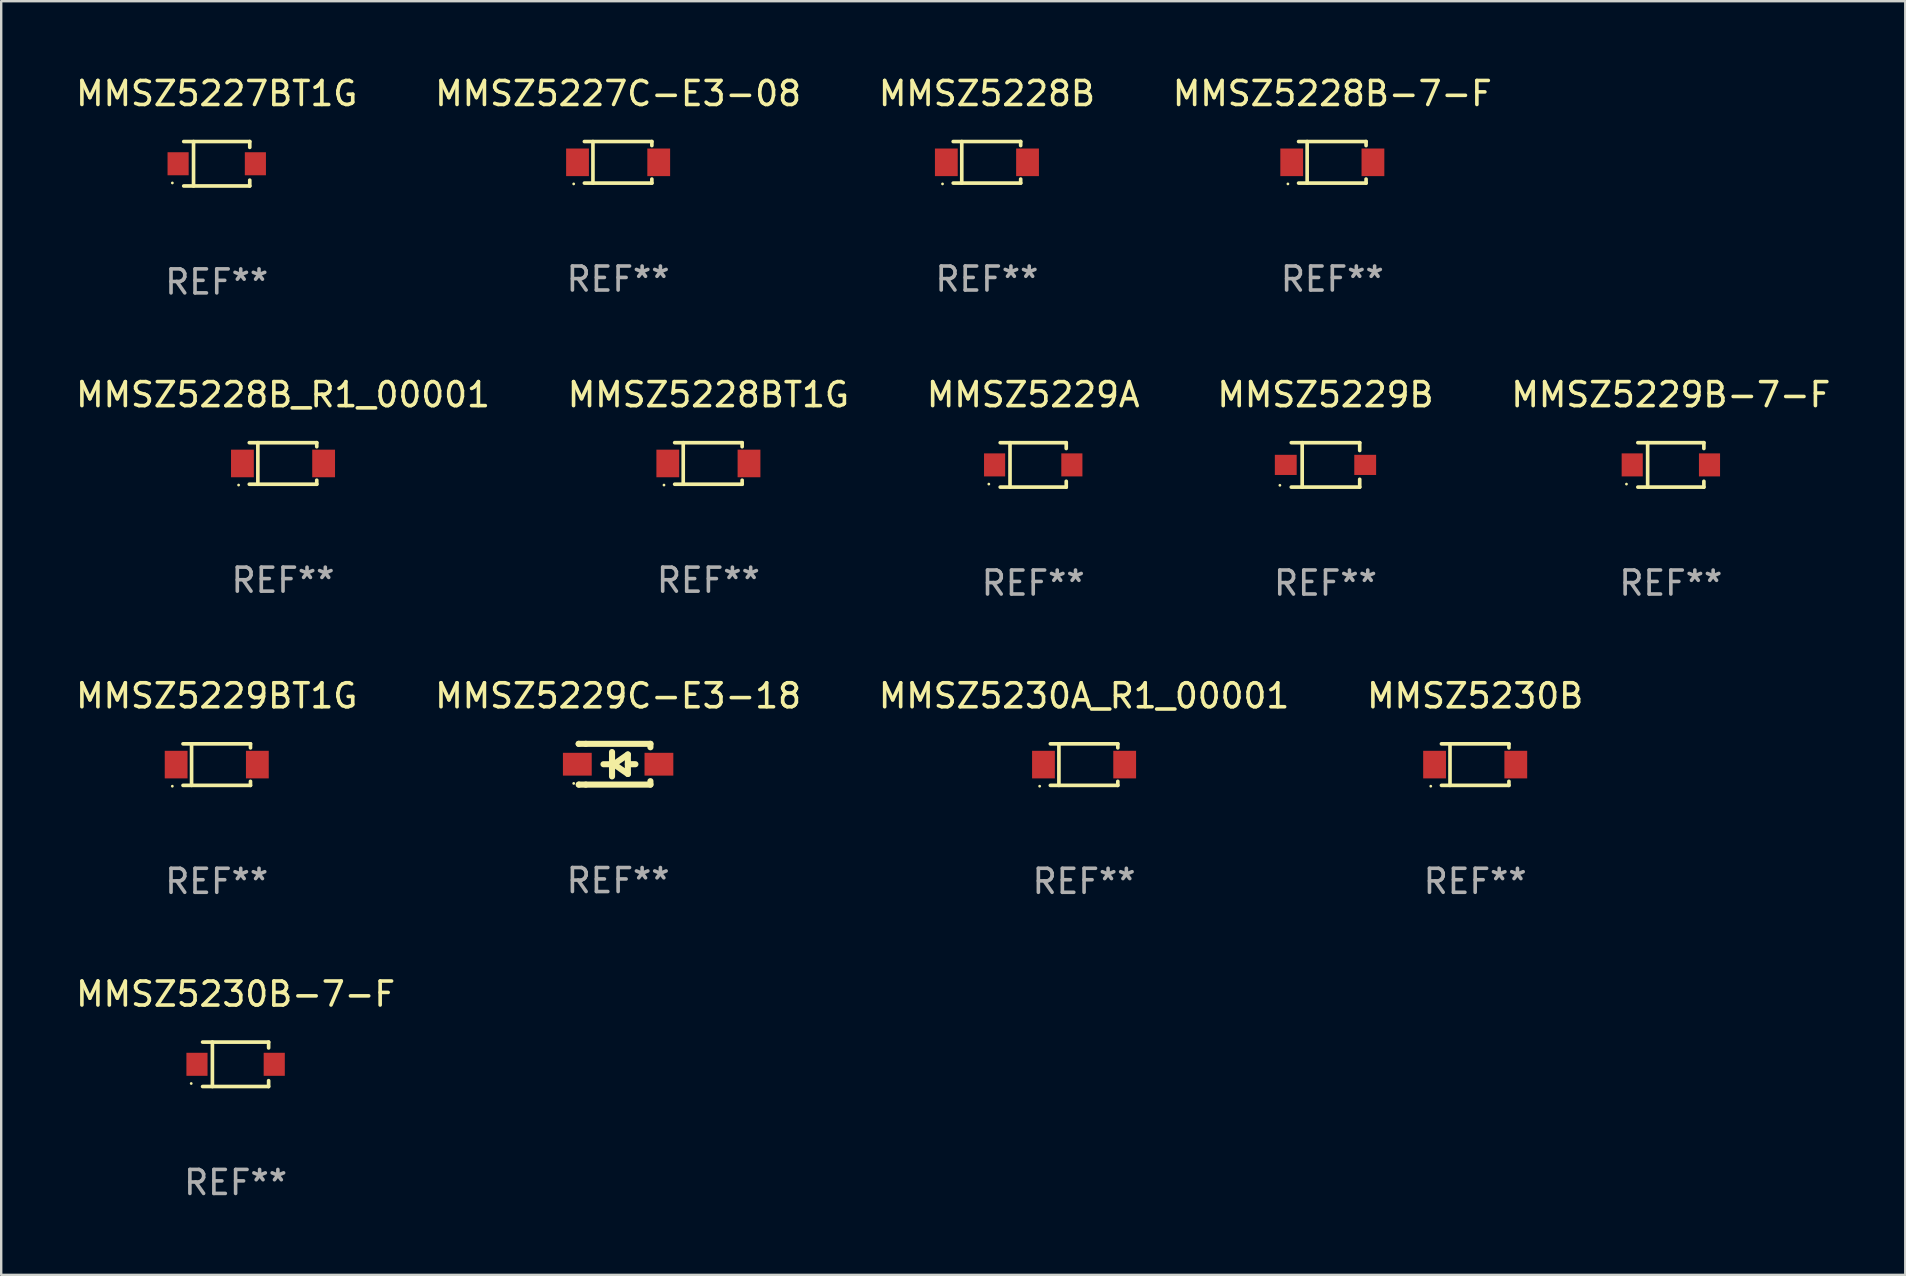
<source format=kicad_pcb>
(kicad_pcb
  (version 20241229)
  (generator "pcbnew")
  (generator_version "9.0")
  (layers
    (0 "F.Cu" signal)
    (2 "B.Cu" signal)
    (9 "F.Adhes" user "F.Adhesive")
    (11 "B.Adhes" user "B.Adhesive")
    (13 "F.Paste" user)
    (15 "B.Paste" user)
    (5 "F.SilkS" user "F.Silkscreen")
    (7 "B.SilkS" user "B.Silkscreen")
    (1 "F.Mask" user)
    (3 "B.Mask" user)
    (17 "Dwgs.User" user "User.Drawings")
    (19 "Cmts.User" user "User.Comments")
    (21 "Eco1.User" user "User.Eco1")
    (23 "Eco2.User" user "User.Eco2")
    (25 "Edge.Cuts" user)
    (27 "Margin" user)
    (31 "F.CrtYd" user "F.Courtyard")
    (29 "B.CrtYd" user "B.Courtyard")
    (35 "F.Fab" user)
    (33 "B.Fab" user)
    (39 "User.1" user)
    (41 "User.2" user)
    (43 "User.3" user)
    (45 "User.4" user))
  (footprint "MMSZ5228BT1G"
    (layer "F.Cu")
    (at 26.47 16.263)
    (property "Reference" "MMSZ5228BT1G" (at 0 -2.866 0) (layer "F.SilkS") (effects (font (size 1 1) (thickness 0.15))))
    (attr through_hole)
    (fp_line (start -1.406 -0.866) (end 1.406 -0.866) (stroke (width 0.152) (type solid)) (layer "F.SilkS"))
    (fp_line (start -1.406 0.866) (end 1.406 0.866) (stroke (width 0.152) (type solid)) (layer "F.SilkS"))
    (fp_line (start -1.049 -0.866) (end -1.049 0.866) (stroke (width 0.152) (type solid)) (layer "F.SilkS"))
    (fp_line (start 1.406 -0.866) (end 1.406 -0.698) (stroke (width 0.152) (type solid)) (layer "F.SilkS"))
    (fp_line (start 1.406 0.866) (end 1.406 0.698) (stroke (width 0.152) (type solid)) (layer "F.SilkS"))
    (fp_circle (center -1.851 0.9) (end -1.821 0.9) (stroke (width 0.06) (type solid)) (fill no) (layer "F.SilkS"))
    (fp_text user "REF**" (at 0 4.866 0) (layer "F.Fab") (effects (font (size 1 1) (thickness 0.15))))
    (pad "1" smd rect (at -1.692 0) (size 0.95 1.15) (layers "F.Cu" "F.Mask" "F.Paste"))
    (pad "2" smd rect (at 1.692 0) (size 0.95 1.15) (layers "F.Cu" "F.Mask" "F.Paste")))
  (footprint "MMSZ5229A"
    (layer "F.Cu")
    (at 40.006 16.323)
    (property "Reference" "MMSZ5229A" (at 0 -2.926 0) (layer "F.SilkS") (effects (font (size 1 1) (thickness 0.15))))
    (attr through_hole)
    (fp_line (start -1.376 -0.926) (end 1.376 -0.926) (stroke (width 0.152) (type solid)) (layer "F.SilkS"))
    (fp_line (start -1.376 0.926) (end 1.376 0.926) (stroke (width 0.152) (type solid)) (layer "F.SilkS"))
    (fp_line (start -0.967 -0.926) (end -0.967 0.926) (stroke (width 0.152) (type solid)) (layer "F.SilkS"))
    (fp_line (start 1.376 -0.926) (end 1.376 -0.683) (stroke (width 0.152) (type solid)) (layer "F.SilkS"))
    (fp_line (start 1.376 0.926) (end 1.376 0.683) (stroke (width 0.152) (type solid)) (layer "F.SilkS"))
    (fp_circle (center -1.85 0.8) (end -1.82 0.8) (stroke (width 0.06) (type solid)) (fill no) (layer "F.SilkS"))
    (fp_text user "REF**" (at 0 4.926 0) (layer "F.Fab") (effects (font (size 1 1) (thickness 0.15))))
    (pad "1" smd rect (at -1.61 0) (size 0.88 0.96) (layers "F.Cu" "F.Mask" "F.Paste"))
    (pad "2" smd rect (at 1.61 0) (size 0.88 0.96) (layers "F.Cu" "F.Mask" "F.Paste")))
  (footprint "MMSZ5227C-E3-08"
    (layer "F.Cu")
    (at 22.708 3.714)
    (property "Reference" "MMSZ5227C-E3-08" (at 0 -2.866 0) (layer "F.SilkS") (effects (font (size 1 1) (thickness 0.15))))
    (attr through_hole)
    (fp_line (start -1.406 -0.866) (end 1.406 -0.866) (stroke (width 0.152) (type solid)) (layer "F.SilkS"))
    (fp_line (start -1.406 0.866) (end 1.406 0.866) (stroke (width 0.152) (type solid)) (layer "F.SilkS"))
    (fp_line (start -1.049 -0.866) (end -1.049 0.866) (stroke (width 0.152) (type solid)) (layer "F.SilkS"))
    (fp_line (start 1.406 -0.866) (end 1.406 -0.698) (stroke (width 0.152) (type solid)) (layer "F.SilkS"))
    (fp_line (start 1.406 0.866) (end 1.406 0.698) (stroke (width 0.152) (type solid)) (layer "F.SilkS"))
    (fp_circle (center -1.851 0.9) (end -1.821 0.9) (stroke (width 0.06) (type solid)) (fill no) (layer "F.SilkS"))
    (fp_text user "REF**" (at 0 4.866 0) (layer "F.Fab") (effects (font (size 1 1) (thickness 0.15))))
    (pad "1" smd rect (at -1.692 0) (size 0.95 1.15) (layers "F.Cu" "F.Mask" "F.Paste"))
    (pad "2" smd rect (at 1.692 0) (size 0.95 1.15) (layers "F.Cu" "F.Mask" "F.Paste")))
  (footprint "MMSZ5230B"
    (layer "F.Cu")
    (at 58.423 28.812)
    (property "Reference" "MMSZ5230B" (at 0 -2.866 0) (layer "F.SilkS") (effects (font (size 1 1) (thickness 0.15))))
    (attr through_hole)
    (fp_line (start -1.406 -0.866) (end 1.406 -0.866) (stroke (width 0.152) (type solid)) (layer "F.SilkS"))
    (fp_line (start -1.406 0.866) (end 1.406 0.866) (stroke (width 0.152) (type solid)) (layer "F.SilkS"))
    (fp_line (start -1.049 -0.866) (end -1.049 0.866) (stroke (width 0.152) (type solid)) (layer "F.SilkS"))
    (fp_line (start 1.406 -0.866) (end 1.406 -0.698) (stroke (width 0.152) (type solid)) (layer "F.SilkS"))
    (fp_line (start 1.406 0.866) (end 1.406 0.698) (stroke (width 0.152) (type solid)) (layer "F.SilkS"))
    (fp_circle (center -1.851 0.9) (end -1.821 0.9) (stroke (width 0.06) (type solid)) (fill no) (layer "F.SilkS"))
    (fp_text user "REF**" (at 0 4.866 0) (layer "F.Fab") (effects (font (size 1 1) (thickness 0.15))))
    (pad "1" smd rect (at -1.692 0) (size 0.95 1.15) (layers "F.Cu" "F.Mask" "F.Paste"))
    (pad "2" smd rect (at 1.692 0) (size 0.95 1.15) (layers "F.Cu" "F.Mask" "F.Paste")))
  (footprint "MMSZ5229C-E3-18"
    (layer "F.Cu")
    (at 22.708 28.796)
    (property "Reference" "MMSZ5229C-E3-18" (at 0 -2.85 0) (layer "F.SilkS") (effects (font (size 1 1) (thickness 0.15))))
    (attr through_hole)
    (fp_line (start -1.643 -0.85) (end -1.644 -0.849) (stroke (width 0.254) (type solid)) (layer "F.SilkS"))
    (fp_line (start -1.638 0.85) (end -1.639 0.849) (stroke (width 0.254) (type solid)) (layer "F.SilkS"))
    (fp_line (start -1.346 -0.85) (end -1.643 -0.85) (stroke (width 0.254) (type solid)) (layer "F.SilkS"))
    (fp_line (start -1.346 -0.85) (end 1.346 -0.85) (stroke (width 0.254) (type solid)) (layer "F.SilkS"))
    (fp_line (start -1.346 0.85) (end -1.638 0.85) (stroke (width 0.254) (type solid)) (layer "F.SilkS"))
    (fp_line (start -0.28 0) (end -0.61 0) (stroke (width 0.254) (type solid)) (layer "F.SilkS"))
    (fp_line (start -0.254 -0.508) (end -0.254 0.508) (stroke (width 0.254) (type solid)) (layer "F.SilkS"))
    (fp_line (start -0.178 0) (end 0.406 -0.406) (stroke (width 0.254) (type solid)) (layer "F.SilkS"))
    (fp_line (start 0.406 -0.406) (end 0.406 0.406) (stroke (width 0.254) (type solid)) (layer "F.SilkS"))
    (fp_line (start 0.406 -0.000254) (end 0.72 -0.000254) (stroke (width 0.254) (type solid)) (layer "F.SilkS"))
    (fp_line (start 0.406 0.406) (end -0.178 0) (stroke (width 0.254) (type solid)) (layer "F.SilkS"))
    (fp_line (start 1.346 -0.85) (end 1.346 -0.706) (stroke (width 0.254) (type solid)) (layer "F.SilkS"))
    (fp_line (start 1.346 0.706) (end 1.346 0.85) (stroke (width 0.254) (type solid)) (layer "F.SilkS"))
    (fp_line (start 1.346 0.85) (end -1.346 0.85) (stroke (width 0.254) (type solid)) (layer "F.SilkS"))
    (fp_circle (center -1.85 0.8) (end -1.82 0.8) (stroke (width 0.06) (type solid)) (fill no) (layer "F.SilkS"))
    (fp_text user "REF**" (at 0 4.85 0) (layer "F.Fab") (effects (font (size 1 1) (thickness 0.15))))
    (pad "1" smd rect (at -1.7 0) (size 1.2 0.95) (layers "F.Cu" "F.Mask" "F.Paste"))
    (pad "2" smd rect (at 1.7 0) (size 1.2 0.95) (layers "F.Cu" "F.Mask" "F.Paste")))
  (footprint "MMSZ5227BT1G"
    (layer "F.Cu")
    (at 5.982 3.774)
    (property "Reference" "MMSZ5227BT1G" (at 0 -2.926 0) (layer "F.SilkS") (effects (font (size 1 1) (thickness 0.15))))
    (attr through_hole)
    (fp_line (start -1.376 -0.926) (end 1.376 -0.926) (stroke (width 0.152) (type solid)) (layer "F.SilkS"))
    (fp_line (start -1.376 0.926) (end 1.376 0.926) (stroke (width 0.152) (type solid)) (layer "F.SilkS"))
    (fp_line (start -0.967 -0.926) (end -0.967 0.926) (stroke (width 0.152) (type solid)) (layer "F.SilkS"))
    (fp_line (start 1.376 -0.926) (end 1.376 -0.683) (stroke (width 0.152) (type solid)) (layer "F.SilkS"))
    (fp_line (start 1.376 0.926) (end 1.376 0.683) (stroke (width 0.152) (type solid)) (layer "F.SilkS"))
    (fp_circle (center -1.85 0.8) (end -1.82 0.8) (stroke (width 0.06) (type solid)) (fill no) (layer "F.SilkS"))
    (fp_text user "REF**" (at 0 4.926 0) (layer "F.Fab") (effects (font (size 1 1) (thickness 0.15))))
    (pad "1" smd rect (at -1.61 0) (size 0.88 0.96) (layers "F.Cu" "F.Mask" "F.Paste"))
    (pad "2" smd rect (at 1.61 0) (size 0.88 0.96) (layers "F.Cu" "F.Mask" "F.Paste")))
  (footprint "MMSZ5230A_R1_00001"
    (layer "F.Cu")
    (at 42.125 28.812)
    (property "Reference" "MMSZ5230A_R1_00001" (at 0 -2.866 0) (layer "F.SilkS") (effects (font (size 1 1) (thickness 0.15))))
    (attr through_hole)
    (fp_line (start -1.406 -0.866) (end 1.406 -0.866) (stroke (width 0.152) (type solid)) (layer "F.SilkS"))
    (fp_line (start -1.406 0.866) (end 1.406 0.866) (stroke (width 0.152) (type solid)) (layer "F.SilkS"))
    (fp_line (start -1.049 -0.866) (end -1.049 0.866) (stroke (width 0.152) (type solid)) (layer "F.SilkS"))
    (fp_line (start 1.406 -0.866) (end 1.406 -0.698) (stroke (width 0.152) (type solid)) (layer "F.SilkS"))
    (fp_line (start 1.406 0.866) (end 1.406 0.698) (stroke (width 0.152) (type solid)) (layer "F.SilkS"))
    (fp_circle (center -1.851 0.9) (end -1.821 0.9) (stroke (width 0.06) (type solid)) (fill no) (layer "F.SilkS"))
    (fp_text user "REF**" (at 0 4.866 0) (layer "F.Fab") (effects (font (size 1 1) (thickness 0.15))))
    (pad "1" smd rect (at -1.692 0) (size 0.95 1.15) (layers "F.Cu" "F.Mask" "F.Paste"))
    (pad "2" smd rect (at 1.692 0) (size 0.95 1.15) (layers "F.Cu" "F.Mask" "F.Paste")))
  (footprint "MMSZ5228B_R1_00001"
    (layer "F.Cu")
    (at 8.744 16.263)
    (property "Reference" "MMSZ5228B_R1_00001" (at 0 -2.866 0) (layer "F.SilkS") (effects (font (size 1 1) (thickness 0.15))))
    (attr through_hole)
    (fp_line (start -1.406 -0.866) (end 1.406 -0.866) (stroke (width 0.152) (type solid)) (layer "F.SilkS"))
    (fp_line (start -1.406 0.866) (end 1.406 0.866) (stroke (width 0.152) (type solid)) (layer "F.SilkS"))
    (fp_line (start -1.049 -0.866) (end -1.049 0.866) (stroke (width 0.152) (type solid)) (layer "F.SilkS"))
    (fp_line (start 1.406 -0.866) (end 1.406 -0.698) (stroke (width 0.152) (type solid)) (layer "F.SilkS"))
    (fp_line (start 1.406 0.866) (end 1.406 0.698) (stroke (width 0.152) (type solid)) (layer "F.SilkS"))
    (fp_circle (center -1.851 0.9) (end -1.821 0.9) (stroke (width 0.06) (type solid)) (fill no) (layer "F.SilkS"))
    (fp_text user "REF**" (at 0 4.866 0) (layer "F.Fab") (effects (font (size 1 1) (thickness 0.15))))
    (pad "1" smd rect (at -1.692 0) (size 0.95 1.15) (layers "F.Cu" "F.Mask" "F.Paste"))
    (pad "2" smd rect (at 1.692 0) (size 0.95 1.15) (layers "F.Cu" "F.Mask" "F.Paste")))
  (footprint "MMSZ5230B-7-F"
    (layer "F.Cu")
    (at 6.768 41.301)
    (property "Reference" "MMSZ5230B-7-F" (at 0 -2.926 0) (layer "F.SilkS") (effects (font (size 1 1) (thickness 0.15))))
    (attr through_hole)
    (fp_line (start -1.376 -0.926) (end 1.376 -0.926) (stroke (width 0.152) (type solid)) (layer "F.SilkS"))
    (fp_line (start -1.376 0.926) (end 1.376 0.926) (stroke (width 0.152) (type solid)) (layer "F.SilkS"))
    (fp_line (start -0.967 -0.926) (end -0.967 0.926) (stroke (width 0.152) (type solid)) (layer "F.SilkS"))
    (fp_line (start 1.376 -0.926) (end 1.376 -0.683) (stroke (width 0.152) (type solid)) (layer "F.SilkS"))
    (fp_line (start 1.376 0.926) (end 1.376 0.683) (stroke (width 0.152) (type solid)) (layer "F.SilkS"))
    (fp_circle (center -1.85 0.8) (end -1.82 0.8) (stroke (width 0.06) (type solid)) (fill no) (layer "F.SilkS"))
    (fp_text user "REF**" (at 0 4.926 0) (layer "F.Fab") (effects (font (size 1 1) (thickness 0.15))))
    (pad "1" smd rect (at -1.61 0) (size 0.88 0.96) (layers "F.Cu" "F.Mask" "F.Paste"))
    (pad "2" smd rect (at 1.61 0) (size 0.88 0.96) (layers "F.Cu" "F.Mask" "F.Paste")))
  (footprint "MMSZ5229B-7-F"
    (layer "F.Cu")
    (at 66.577 16.323)
    (property "Reference" "MMSZ5229B-7-F" (at 0 -2.926 0) (layer "F.SilkS") (effects (font (size 1 1) (thickness 0.15))))
    (attr through_hole)
    (fp_line (start -1.376 -0.926) (end 1.376 -0.926) (stroke (width 0.152) (type solid)) (layer "F.SilkS"))
    (fp_line (start -1.376 0.926) (end 1.376 0.926) (stroke (width 0.152) (type solid)) (layer "F.SilkS"))
    (fp_line (start -0.967 -0.926) (end -0.967 0.926) (stroke (width 0.152) (type solid)) (layer "F.SilkS"))
    (fp_line (start 1.376 -0.926) (end 1.376 -0.683) (stroke (width 0.152) (type solid)) (layer "F.SilkS"))
    (fp_line (start 1.376 0.926) (end 1.376 0.683) (stroke (width 0.152) (type solid)) (layer "F.SilkS"))
    (fp_circle (center -1.85 0.8) (end -1.82 0.8) (stroke (width 0.06) (type solid)) (fill no) (layer "F.SilkS"))
    (fp_text user "REF**" (at 0 4.926 0) (layer "F.Fab") (effects (font (size 1 1) (thickness 0.15))))
    (pad "1" smd rect (at -1.61 0) (size 0.88 0.96) (layers "F.Cu" "F.Mask" "F.Paste"))
    (pad "2" smd rect (at 1.61 0) (size 0.88 0.96) (layers "F.Cu" "F.Mask" "F.Paste")))
  (footprint "MMSZ5229BT1G"
    (layer "F.Cu")
    (at 5.982 28.812)
    (property "Reference" "MMSZ5229BT1G" (at 0 -2.866 0) (layer "F.SilkS") (effects (font (size 1 1) (thickness 0.15))))
    (attr through_hole)
    (fp_line (start -1.406 -0.866) (end 1.406 -0.866) (stroke (width 0.152) (type solid)) (layer "F.SilkS"))
    (fp_line (start -1.406 0.866) (end 1.406 0.866) (stroke (width 0.152) (type solid)) (layer "F.SilkS"))
    (fp_line (start -1.049 -0.866) (end -1.049 0.866) (stroke (width 0.152) (type solid)) (layer "F.SilkS"))
    (fp_line (start 1.406 -0.866) (end 1.406 -0.698) (stroke (width 0.152) (type solid)) (layer "F.SilkS"))
    (fp_line (start 1.406 0.866) (end 1.406 0.698) (stroke (width 0.152) (type solid)) (layer "F.SilkS"))
    (fp_circle (center -1.851 0.9) (end -1.821 0.9) (stroke (width 0.06) (type solid)) (fill no) (layer "F.SilkS"))
    (fp_text user "REF**" (at 0 4.866 0) (layer "F.Fab") (effects (font (size 1 1) (thickness 0.15))))
    (pad "1" smd rect (at -1.692 0) (size 0.95 1.15) (layers "F.Cu" "F.Mask" "F.Paste"))
    (pad "2" smd rect (at 1.692 0) (size 0.95 1.15) (layers "F.Cu" "F.Mask" "F.Paste")))
  (footprint "MMSZ5229B"
    (layer "F.Cu")
    (at 52.185 16.323)
    (property "Reference" "MMSZ5229B" (at 0 -2.926 0) (layer "F.SilkS") (effects (font (size 1 1) (thickness 0.15))))
    (attr through_hole)
    (fp_line (start -1.426 0.926) (end 1.426 0.926) (stroke (width 0.152) (type solid)) (layer "F.SilkS"))
    (fp_line (start -1.426 -0.926) (end 1.426 -0.926) (stroke (width 0.152) (type solid)) (layer "F.SilkS"))
    (fp_line (start -0.971 0.926) (end -0.971 -0.926) (stroke (width 0.152) (type solid)) (layer "F.SilkS"))
    (fp_line (start 1.426 -0.926) (end 1.426 -0.6) (stroke (width 0.152) (type solid)) (layer "F.SilkS"))
    (fp_line (start 1.426 0.6) (end 1.426 0.926) (stroke (width 0.152) (type solid)) (layer "F.SilkS"))
    (fp_circle (center -1.9 0.85) (end -1.87 0.85) (stroke (width 0.06) (type solid)) (fill no) (layer "F.SilkS"))
    (fp_text user "REF**" (at 0 4.926 0) (layer "F.Fab") (effects (font (size 1 1) (thickness 0.15))))
    (pad "1" smd rect (at -1.655 -0.000064) (size 0.91 0.84) (layers "F.Cu" "F.Mask" "F.Paste"))
    (pad "2" smd rect (at 1.655 -0.000064) (size 0.91 0.84) (layers "F.Cu" "F.Mask" "F.Paste")))
  (footprint "MMSZ5228B"
    (layer "F.Cu")
    (at 38.077 3.714)
    (property "Reference" "MMSZ5228B" (at 0 -2.866 0) (layer "F.SilkS") (effects (font (size 1 1) (thickness 0.15))))
    (attr through_hole)
    (fp_line (start -1.406 -0.866) (end 1.406 -0.866) (stroke (width 0.152) (type solid)) (layer "F.SilkS"))
    (fp_line (start -1.406 0.866) (end 1.406 0.866) (stroke (width 0.152) (type solid)) (layer "F.SilkS"))
    (fp_line (start -1.049 -0.866) (end -1.049 0.866) (stroke (width 0.152) (type solid)) (layer "F.SilkS"))
    (fp_line (start 1.406 -0.866) (end 1.406 -0.698) (stroke (width 0.152) (type solid)) (layer "F.SilkS"))
    (fp_line (start 1.406 0.866) (end 1.406 0.698) (stroke (width 0.152) (type solid)) (layer "F.SilkS"))
    (fp_circle (center -1.851 0.9) (end -1.821 0.9) (stroke (width 0.06) (type solid)) (fill no) (layer "F.SilkS"))
    (fp_text user "REF**" (at 0 4.866 0) (layer "F.Fab") (effects (font (size 1 1) (thickness 0.15))))
    (pad "1" smd rect (at -1.692 0) (size 0.95 1.15) (layers "F.Cu" "F.Mask" "F.Paste"))
    (pad "2" smd rect (at 1.692 0) (size 0.95 1.15) (layers "F.Cu" "F.Mask" "F.Paste")))
  (footprint "MMSZ5228B-7-F"
    (layer "F.Cu")
    (at 52.47 3.714)
    (property "Reference" "MMSZ5228B-7-F" (at 0 -2.866 0) (layer "F.SilkS") (effects (font (size 1 1) (thickness 0.15))))
    (attr through_hole)
    (fp_line (start -1.406 -0.866) (end 1.406 -0.866) (stroke (width 0.152) (type solid)) (layer "F.SilkS"))
    (fp_line (start -1.406 0.866) (end 1.406 0.866) (stroke (width 0.152) (type solid)) (layer "F.SilkS"))
    (fp_line (start -1.049 -0.866) (end -1.049 0.866) (stroke (width 0.152) (type solid)) (layer "F.SilkS"))
    (fp_line (start 1.406 -0.866) (end 1.406 -0.698) (stroke (width 0.152) (type solid)) (layer "F.SilkS"))
    (fp_line (start 1.406 0.866) (end 1.406 0.698) (stroke (width 0.152) (type solid)) (layer "F.SilkS"))
    (fp_circle (center -1.851 0.9) (end -1.821 0.9) (stroke (width 0.06) (type solid)) (fill no) (layer "F.SilkS"))
    (fp_text user "REF**" (at 0 4.866 0) (layer "F.Fab") (effects (font (size 1 1) (thickness 0.15))))
    (pad "1" smd rect (at -1.692 0) (size 0.95 1.15) (layers "F.Cu" "F.Mask" "F.Paste"))
    (pad "2" smd rect (at 1.692 0) (size 0.95 1.15) (layers "F.Cu" "F.Mask" "F.Paste")))
  (gr_rect
    (start -3 -3)
    (end 76.345 50.076)
    (stroke (width 0.1) (type default))
    (fill no)
    (layer "Edge.Cuts")))
</source>
